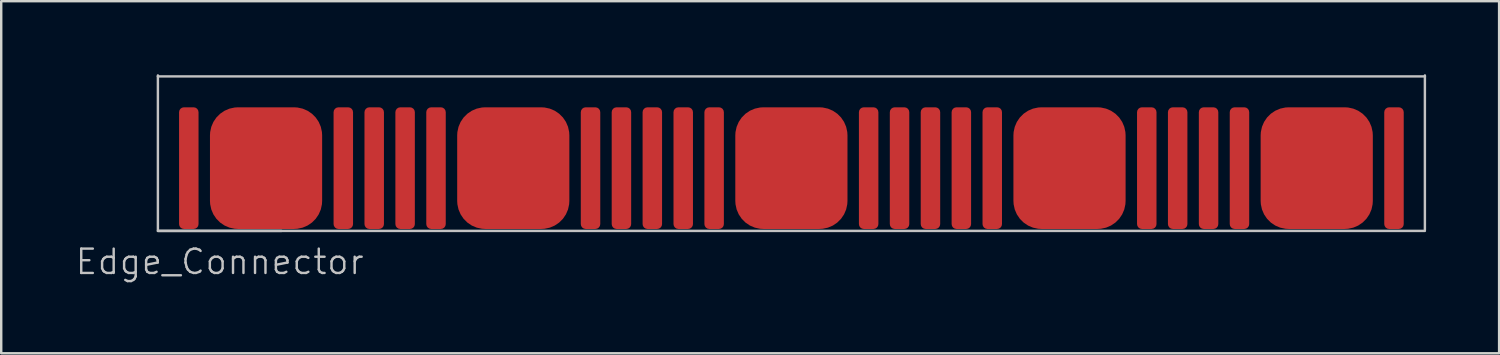
<source format=kicad_pcb>
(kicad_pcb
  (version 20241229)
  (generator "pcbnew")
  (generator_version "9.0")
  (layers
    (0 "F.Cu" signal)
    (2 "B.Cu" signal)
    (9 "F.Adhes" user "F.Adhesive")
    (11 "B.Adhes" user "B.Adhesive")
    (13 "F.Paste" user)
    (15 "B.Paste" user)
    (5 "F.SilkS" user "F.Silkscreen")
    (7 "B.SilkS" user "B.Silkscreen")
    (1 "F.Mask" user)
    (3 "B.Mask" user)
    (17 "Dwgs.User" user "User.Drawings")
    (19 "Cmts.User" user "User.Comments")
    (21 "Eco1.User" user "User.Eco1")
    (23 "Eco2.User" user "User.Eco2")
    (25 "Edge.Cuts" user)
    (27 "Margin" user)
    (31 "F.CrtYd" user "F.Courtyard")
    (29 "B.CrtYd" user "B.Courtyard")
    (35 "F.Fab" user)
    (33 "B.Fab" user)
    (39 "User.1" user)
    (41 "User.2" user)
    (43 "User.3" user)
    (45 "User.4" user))
  (footprint "Edge_Connector"
    (layer "F.Cu")
    (at 3.439 6.44)
    (property "Reference" "Edge_Connector" (at 2.54 1.27 0) (unlocked yes) (layer "Dwgs.User") (effects (font (size 1 1) (thickness 0.1))))
    (attr smd)
    (fp_poly (pts (xy 52.07 -5.08) (xy 0 -5.08) (xy 0 0) (xy 52.07 0)) (stroke (width 0.1) (type solid)) (fill yes) (layer "F.Mask"))
    (fp_line (start 0 -6.35) (end 52.07 -6.35) (stroke (width 0.1) (type default)) (layer "Dwgs.User"))
    (fp_line (start 0 -0.04) (end 0 -6.39) (stroke (width 0.1) (type default)) (layer "Dwgs.User"))
    (fp_line (start 0 0) (end 5.08 0) (stroke (width 0.1) (type default)) (layer "Dwgs.User"))
    (fp_line (start 52.07 -6.39) (end 52.07 -0.04) (stroke (width 0.1) (type default)) (layer "Dwgs.User"))
    (fp_line (start 52.07 0) (end 0 0) (stroke (width 0.1) (type default)) (layer "Dwgs.User"))
    (pad "1" smd roundrect (at 1.27 -2.58) (size 0.8 5) (layers "F.Cu" "F.Mask" "F.Paste") (roundrect_rratio 0.25))
    (pad "2" smd roundrect (at 4.445 -2.58) (size 4.61 5) (layers "F.Cu" "F.Mask" "F.Paste") (roundrect_rratio 0.25))
    (pad "3" smd roundrect (at 7.62 -2.58) (size 0.8 5) (layers "F.Cu" "F.Mask" "F.Paste") (roundrect_rratio 0.25))
    (pad "4" smd roundrect (at 8.89 -2.58) (size 0.8 5) (layers "F.Cu" "F.Mask" "F.Paste") (roundrect_rratio 0.25))
    (pad "5" smd roundrect (at 10.16 -2.58) (size 0.8 5) (layers "F.Cu" "F.Mask" "F.Paste") (roundrect_rratio 0.25))
    (pad "6" smd roundrect (at 11.43 -2.58) (size 0.8 5) (layers "F.Cu" "F.Mask" "F.Paste") (roundrect_rratio 0.25))
    (pad "7" smd roundrect (at 14.605 -2.58) (size 4.61 5) (layers "F.Cu" "F.Mask" "F.Paste") (roundrect_rratio 0.25))
    (pad "8" smd roundrect (at 17.78 -2.58) (size 0.8 5) (layers "F.Cu" "F.Mask" "F.Paste") (roundrect_rratio 0.25))
    (pad "9" smd roundrect (at 19.05 -2.58) (size 0.8 5) (layers "F.Cu" "F.Mask" "F.Paste") (roundrect_rratio 0.25))
    (pad "10" smd roundrect (at 20.32 -2.58) (size 0.8 5) (layers "F.Cu" "F.Mask" "F.Paste") (roundrect_rratio 0.25))
    (pad "11" smd roundrect (at 21.59 -2.58) (size 0.8 5) (layers "F.Cu" "F.Mask" "F.Paste") (roundrect_rratio 0.25))
    (pad "12" smd roundrect (at 22.86 -2.58) (size 0.8 5) (layers "F.Cu" "F.Mask" "F.Paste") (roundrect_rratio 0.25))
    (pad "13" smd roundrect (at 26.035 -2.58) (size 4.61 5) (layers "F.Cu" "F.Mask" "F.Paste") (roundrect_rratio 0.25))
    (pad "14" smd roundrect (at 29.21 -2.58) (size 0.8 5) (layers "F.Cu" "F.Mask" "F.Paste") (roundrect_rratio 0.25))
    (pad "15" smd roundrect (at 30.48 -2.58) (size 0.8 5) (layers "F.Cu" "F.Mask" "F.Paste") (roundrect_rratio 0.25))
    (pad "16" smd roundrect (at 31.75 -2.58) (size 0.8 5) (layers "F.Cu" "F.Mask" "F.Paste") (roundrect_rratio 0.25))
    (pad "17" smd roundrect (at 33.02 -2.58) (size 0.8 5) (layers "F.Cu" "F.Mask" "F.Paste") (roundrect_rratio 0.25))
    (pad "18" smd roundrect (at 34.29 -2.58) (size 0.8 5) (layers "F.Cu" "F.Mask" "F.Paste") (roundrect_rratio 0.25))
    (pad "19" smd roundrect (at 37.465 -2.58) (size 4.61 5) (layers "F.Cu" "F.Mask" "F.Paste") (roundrect_rratio 0.25))
    (pad "20" smd roundrect (at 40.64 -2.58) (size 0.8 5) (layers "F.Cu" "F.Mask" "F.Paste") (roundrect_rratio 0.25))
    (pad "21" smd roundrect (at 41.91 -2.58) (size 0.8 5) (layers "F.Cu" "F.Mask" "F.Paste") (roundrect_rratio 0.25))
    (pad "22" smd roundrect (at 43.18 -2.58) (size 0.8 5) (layers "F.Cu" "F.Mask" "F.Paste") (roundrect_rratio 0.25))
    (pad "23" smd roundrect (at 44.45 -2.58) (size 0.8 5) (layers "F.Cu" "F.Mask" "F.Paste") (roundrect_rratio 0.25))
    (pad "24" smd roundrect (at 47.625 -2.58) (size 4.61 5) (layers "F.Cu" "F.Mask" "F.Paste") (roundrect_rratio 0.25))
    (pad "25" smd roundrect (at 50.8 -2.58) (size 0.8 5) (layers "F.Cu" "F.Mask" "F.Paste") (roundrect_rratio 0.25)))
  (gr_rect
    (start -3 -3)
    (end 58.559 11.47)
    (stroke (width 0.1) (type default))
    (fill no)
    (layer "Edge.Cuts")))
</source>
